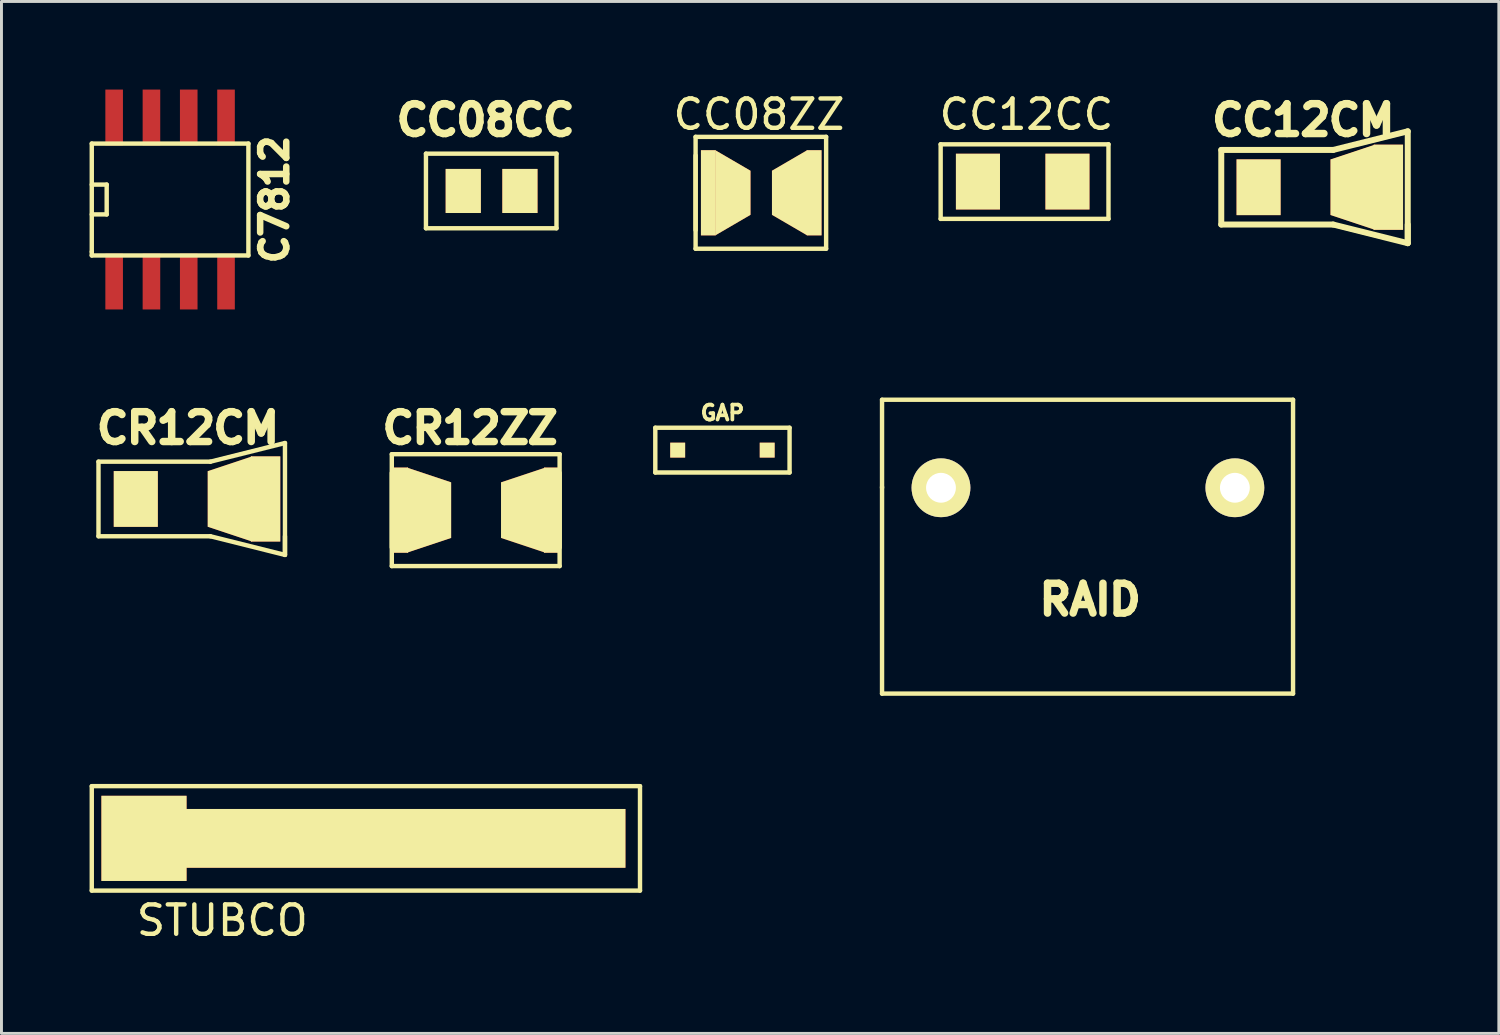
<source format=kicad_pcb>
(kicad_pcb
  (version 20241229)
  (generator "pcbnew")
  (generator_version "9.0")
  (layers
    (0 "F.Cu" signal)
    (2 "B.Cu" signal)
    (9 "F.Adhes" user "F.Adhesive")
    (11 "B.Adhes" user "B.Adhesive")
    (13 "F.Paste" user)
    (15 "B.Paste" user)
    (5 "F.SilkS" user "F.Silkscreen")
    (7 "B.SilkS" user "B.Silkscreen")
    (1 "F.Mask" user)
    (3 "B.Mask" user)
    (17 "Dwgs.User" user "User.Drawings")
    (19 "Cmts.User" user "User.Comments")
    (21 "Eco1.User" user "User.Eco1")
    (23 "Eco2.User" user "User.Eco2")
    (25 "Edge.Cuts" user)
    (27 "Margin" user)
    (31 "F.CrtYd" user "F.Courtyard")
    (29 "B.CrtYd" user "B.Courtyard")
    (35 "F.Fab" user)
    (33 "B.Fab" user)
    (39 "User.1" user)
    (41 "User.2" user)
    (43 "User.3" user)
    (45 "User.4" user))
  (footprint "RAID"
    (layer "F.Cu")
    (at 34.708 15.465)
    (property "Reference" "RAID" (at -0.635 1.905 0) (layer "F.SilkS") (effects (font (size 1.016 1.016) (thickness 0.305))))
    (attr through_hole)
    (fp_line (start -7.722 -4.902) (end 6.274 -4.902) (stroke (width 0.15) (type solid)) (layer "F.SilkS"))
    (fp_line (start -7.722 -1.905) (end -7.722 -4.902) (stroke (width 0.15) (type solid)) (layer "F.SilkS"))
    (fp_line (start -7.722 5.105) (end -7.722 -1.93) (stroke (width 0.15) (type solid)) (layer "F.SilkS"))
    (fp_line (start 6.274 -4.902) (end 6.274 5.105) (stroke (width 0.15) (type solid)) (layer "F.SilkS"))
    (fp_line (start 6.274 5.105) (end -7.722 5.105) (stroke (width 0.15) (type solid)) (layer "F.SilkS"))
    (pad "" thru_hole circle (at -5.715 -1.905) (size 2.002 2.002) (drill 1.016) (layers "*.Cu" "*.Mask" "F.SilkS"))
    (pad "" thru_hole circle (at 4.293 -1.905) (size 2.002 2.002) (drill 1.016) (layers "*.Cu" "*.Mask" "F.SilkS")))
  (footprint "CC08ZZ"
    (layer "F.Cu")
    (at 23.177 3.515)
    (property "Reference" "CC08ZZ" (at -0.381 -2.667 0) (layer "F.SilkS") (effects (font (size 1 1) (thickness 0.15))))
    (attr through_hole)
    (fp_line (start -2.54 -1.905) (end 1.905 -1.905) (stroke (width 0.15) (type solid)) (layer "F.SilkS"))
    (fp_line (start -2.54 1.27) (end -2.54 -1.27) (stroke (width 0.15) (type solid)) (layer "F.SilkS"))
    (fp_line (start -2.54 1.905) (end -2.54 -1.905) (stroke (width 0.15) (type solid)) (layer "F.SilkS"))
    (fp_line (start -2.54 1.905) (end 1.905 1.905) (stroke (width 0.15) (type solid)) (layer "F.SilkS"))
    (fp_line (start 1.905 -1.905) (end 1.905 1.905) (stroke (width 0.15) (type solid)) (layer "F.SilkS"))
    (pad "1" smd rect (at -2.108 0) (size 0.5 2.901) (layers "F.Cu" "F.Mask" "F.SilkS" "F.Paste"))
    (pad "1" smd trapezoid (at -1.27 0) (size 1.199 2.2) (rect_delta 0.699 0) (layers "F.Cu" "F.Mask" "F.SilkS" "F.Paste"))
    (pad "2" smd trapezoid (at 0.66 0) (size 1.199 2.2) (rect_delta -0.699 0) (layers "F.Cu" "F.Mask" "F.SilkS" "F.Paste"))
    (pad "2" smd rect (at 1.499 0) (size 0.5 2.901) (layers "F.Cu" "F.Mask" "F.SilkS" "F.Paste")))
  (footprint "CR12ZZ"
    (layer "F.Cu")
    (at 12.832 14.322)
    (property "Reference" "CR12ZZ" (at 0.127 -2.794 0) (layer "F.SilkS") (effects (font (size 1.016 1.016) (thickness 0.305))))
    (attr through_hole)
    (fp_line (start -2.54 -1.905) (end 3.175 -1.905) (stroke (width 0.15) (type solid)) (layer "F.SilkS"))
    (fp_line (start -2.54 1.27) (end -2.54 -1.27) (stroke (width 0.15) (type solid)) (layer "F.SilkS"))
    (fp_line (start -2.54 1.905) (end -2.54 -1.905) (stroke (width 0.15) (type solid)) (layer "F.SilkS"))
    (fp_line (start 3.175 -1.905) (end 3.175 1.905) (stroke (width 0.15) (type solid)) (layer "F.SilkS"))
    (fp_line (start 3.175 -1.27) (end 3.175 1.27) (stroke (width 0.15) (type solid)) (layer "F.SilkS"))
    (fp_line (start 3.175 1.905) (end -2.54 1.905) (stroke (width 0.15) (type solid)) (layer "F.SilkS"))
    (pad "1" smd rect (at -2.235 0) (size 0.5 2.901) (layers "F.Cu" "F.Mask" "F.SilkS" "F.Paste"))
    (pad "1" smd trapezoid (at -1.27 0) (size 1.501 2.393) (rect_delta 0.5 0) (layers "F.Cu" "F.Mask" "F.SilkS" "F.Paste"))
    (pad "2" smd trapezoid (at 1.93 0) (size 1.501 2.393) (rect_delta -0.5 0) (layers "F.Cu" "F.Mask" "F.SilkS" "F.Paste"))
    (pad "2" smd rect (at 2.896 0) (size 0.5 2.901) (layers "F.Cu" "F.Mask" "F.SilkS" "F.Paste")))
  (footprint "CC12CM"
    (layer "F.Cu")
    (at 41.078 3.326)
    (property "Reference" "CC12CM" (at 0.254 -2.286 0) (layer "F.SilkS") (effects (font (size 1.016 1.016) (thickness 0.305))))
    (attr through_hole)
    (fp_line (start -2.54 -1.27) (end 1.27 -1.27) (stroke (width 0.203) (type solid)) (layer "F.SilkS"))
    (fp_line (start -2.54 1.27) (end -2.54 -1.27) (stroke (width 0.203) (type solid)) (layer "F.SilkS"))
    (fp_line (start -2.54 1.27) (end 1.27 1.27) (stroke (width 0.203) (type solid)) (layer "F.SilkS"))
    (fp_line (start 1.27 -1.27) (end 3.81 -1.905) (stroke (width 0.203) (type solid)) (layer "F.SilkS"))
    (fp_line (start 1.27 1.27) (end 3.81 1.905) (stroke (width 0.203) (type solid)) (layer "F.SilkS"))
    (fp_line (start 3.175 -1.27) (end 3.175 1.27) (stroke (width 0.203) (type solid)) (layer "F.SilkS"))
    (fp_line (start 3.81 -1.905) (end 3.81 1.905) (stroke (width 0.203) (type solid)) (layer "F.SilkS"))
    (fp_line (start 3.81 1.905) (end 3.81 1.27) (stroke (width 0.203) (type solid)) (layer "F.SilkS"))
    (pad "1" smd rect (at -1.27 0) (size 1.501 1.9) (layers "F.Cu" "F.Mask" "F.SilkS" "F.Paste"))
    (pad "2" smd trapezoid (at 1.93 0) (size 1.501 2.393) (rect_delta -0.5 0) (layers "F.Cu" "F.Mask" "F.SilkS" "F.Paste"))
    (pad "2" thru_hole circle (at 3.073 -0.711) (size 0.8 0.8) (drill 0.000001) (layers "*.Cu" "*.Mask"))
    (pad "2" thru_hole circle (at 3.073 0.686) (size 0.8 0.8) (drill 0.000001) (layers "*.Cu" "*.Mask"))
    (pad "2" smd rect (at 3.15 0) (size 1.001 2.901) (layers "F.Cu" "F.Mask" "F.SilkS" "F.Paste")))
  (footprint "CC12CC"
    (layer "F.Cu")
    (at 31.776 3.134)
    (property "Reference" "CC12CC" (at 0.127 -2.286 0) (layer "F.SilkS") (effects (font (size 1 1) (thickness 0.15))))
    (attr through_hole)
    (fp_line (start -2.794 -1.27) (end 2.921 -1.27) (stroke (width 0.15) (type solid)) (layer "F.SilkS"))
    (fp_line (start -2.794 1.27) (end -2.794 -1.27) (stroke (width 0.15) (type solid)) (layer "F.SilkS"))
    (fp_line (start 2.921 -1.27) (end 2.921 1.27) (stroke (width 0.15) (type solid)) (layer "F.SilkS"))
    (fp_line (start 2.921 1.27) (end -2.794 1.27) (stroke (width 0.15) (type solid)) (layer "F.SilkS"))
    (pad "1" smd rect (at -1.524 0) (size 1.501 1.9) (layers "F.Cu" "F.Mask" "F.SilkS" "F.Paste"))
    (pad "2" smd rect (at 1.524 0) (size 1.501 1.9) (layers "F.Cu" "F.Mask" "F.SilkS" "F.Paste")))
  (footprint "C7812"
    (layer "F.Cu")
    (at 2.742 3.744)
    (property "Reference" "C7812" (at 3.556 0 270) (layer "F.SilkS") (effects (font (size 0.889 0.889) (thickness 0.305))))
    (attr through_hole)
    (fp_line (start -2.667 -1.905) (end -2.667 1.778) (stroke (width 0.15) (type solid)) (layer "F.SilkS"))
    (fp_line (start -2.667 -0.508) (end -2.159 -0.508) (stroke (width 0.15) (type solid)) (layer "F.SilkS"))
    (fp_line (start -2.667 1.778) (end -2.667 1.905) (stroke (width 0.15) (type solid)) (layer "F.SilkS"))
    (fp_line (start -2.667 1.905) (end 2.667 1.905) (stroke (width 0.15) (type solid)) (layer "F.SilkS"))
    (fp_line (start -2.159 -0.508) (end -2.159 0.508) (stroke (width 0.15) (type solid)) (layer "F.SilkS"))
    (fp_line (start -2.159 0.508) (end -2.667 0.508) (stroke (width 0.15) (type solid)) (layer "F.SilkS"))
    (fp_line (start 2.667 -1.905) (end -2.667 -1.905) (stroke (width 0.15) (type solid)) (layer "F.SilkS"))
    (fp_line (start 2.667 -1.905) (end 2.667 1.905) (stroke (width 0.15) (type solid)) (layer "F.SilkS"))
    (pad "1" smd rect (at -1.905 2.794) (size 0.599 1.9) (layers "F.Cu" "F.Mask" "F.Paste"))
    (pad "2" smd rect (at -0.635 2.794) (size 0.599 1.9) (layers "F.Cu" "F.Mask" "F.Paste"))
    (pad "3" smd rect (at 0.635 2.794) (size 0.599 1.9) (layers "F.Cu" "F.Mask" "F.Paste"))
    (pad "4" smd rect (at 1.905 2.794) (size 0.599 1.9) (layers "F.Cu" "F.Mask" "F.Paste"))
    (pad "5" smd rect (at 1.905 -2.794) (size 0.599 1.9) (layers "F.Cu" "F.Mask" "F.Paste"))
    (pad "6" smd rect (at 0.635 -2.794) (size 0.599 1.9) (layers "F.Cu" "F.Mask" "F.Paste"))
    (pad "7" smd rect (at -0.635 -2.794) (size 0.599 1.9) (layers "F.Cu" "F.Mask" "F.Paste"))
    (pad "8" smd rect (at -1.905 -2.794) (size 0.599 1.9) (layers "F.Cu" "F.Mask" "F.Paste")))
  (footprint "GAP"
    (layer "F.Cu")
    (at 21.551 12.278)
    (property "Reference" "GAP" (at 0 -1.27 0) (layer "F.SilkS") (effects (font (size 0.508 0.508) (thickness 0.127))))
    (attr through_hole)
    (fp_line (start -2.286 -0.762) (end 2.286 -0.762) (stroke (width 0.15) (type solid)) (layer "F.SilkS"))
    (fp_line (start -2.286 0.762) (end -2.286 -0.762) (stroke (width 0.15) (type solid)) (layer "F.SilkS"))
    (fp_line (start 2.286 -0.762) (end 2.286 0.762) (stroke (width 0.15) (type solid)) (layer "F.SilkS"))
    (fp_line (start 2.286 0.762) (end -2.286 0.762) (stroke (width 0.15) (type solid)) (layer "F.SilkS"))
    (pad "1" smd rect (at -1.524 0) (size 0.508 0.508) (layers "F.Cu" "F.Mask" "F.SilkS" "F.Paste"))
    (pad "2" smd rect (at 1.524 0) (size 0.508 0.508) (layers "F.Cu" "F.Mask" "F.SilkS" "F.Paste")))
  (footprint "STUBCO"
    (layer "F.Cu")
    (at 9.473 25.499)
    (property "Reference" "STUBCO" (at -4.953 2.794 0) (layer "F.SilkS") (effects (font (size 1 1) (thickness 0.15))))
    (attr through_hole)
    (fp_line (start -9.398 -1.778) (end -9.398 1.778) (stroke (width 0.15) (type solid)) (layer "F.SilkS"))
    (fp_line (start -9.398 1.778) (end 9.271 1.778) (stroke (width 0.15) (type solid)) (layer "F.SilkS"))
    (fp_line (start 9.271 -1.778) (end -9.398 -1.778) (stroke (width 0.15) (type solid)) (layer "F.SilkS"))
    (fp_line (start 9.271 -1.778) (end 9.271 1.778) (stroke (width 0.15) (type solid)) (layer "F.SilkS"))
    (pad "1" smd rect (at -7.62 0) (size 2.901 2.901) (layers "F.Cu" "F.Mask" "F.SilkS" "F.Paste"))
    (pad "1" smd rect (at 1.27 0) (size 15.011 2.002) (layers "F.Cu" "F.Mask" "F.SilkS" "F.Paste")))
  (footprint "CC08CC"
    (layer "F.Cu")
    (at 13.995 3.453)
    (property "Reference" "CC08CC" (at -0.508 -2.413 0) (layer "F.SilkS") (effects (font (size 1.016 1.016) (thickness 0.305))))
    (attr through_hole)
    (fp_line (start -2.54 1.27) (end -2.54 -1.27) (stroke (width 0.15) (type solid)) (layer "F.SilkS"))
    (fp_line (start 1.905 -1.27) (end -2.54 -1.27) (stroke (width 0.15) (type solid)) (layer "F.SilkS"))
    (fp_line (start 1.905 -1.27) (end 1.905 1.27) (stroke (width 0.15) (type solid)) (layer "F.SilkS"))
    (fp_line (start 1.905 1.27) (end -2.54 1.27) (stroke (width 0.15) (type solid)) (layer "F.SilkS"))
    (pad "1" smd rect (at -1.27 0) (size 1.199 1.501) (layers "F.Cu" "F.Mask" "F.SilkS" "F.Paste"))
    (pad "2" smd rect (at 0.66 0) (size 1.199 1.501) (layers "F.Cu" "F.Mask" "F.SilkS" "F.Paste")))
  (footprint "CR12CM"
    (layer "F.Cu")
    (at 2.844 13.941)
    (property "Reference" "CR12CM" (at 0.508 -2.413 0) (layer "F.SilkS") (effects (font (size 1.016 1.016) (thickness 0.305))))
    (attr through_hole)
    (fp_line (start -2.54 -1.27) (end 1.27 -1.27) (stroke (width 0.15) (type solid)) (layer "F.SilkS"))
    (fp_line (start -2.54 1.27) (end -2.54 -1.27) (stroke (width 0.15) (type solid)) (layer "F.SilkS"))
    (fp_line (start -2.54 1.27) (end 1.27 1.27) (stroke (width 0.15) (type solid)) (layer "F.SilkS"))
    (fp_line (start 1.27 -1.27) (end 3.81 -1.905) (stroke (width 0.15) (type solid)) (layer "F.SilkS"))
    (fp_line (start 1.27 1.27) (end 3.81 1.905) (stroke (width 0.15) (type solid)) (layer "F.SilkS"))
    (fp_line (start 3.175 -1.27) (end 3.175 1.27) (stroke (width 0.15) (type solid)) (layer "F.SilkS"))
    (fp_line (start 3.81 -1.905) (end 3.81 1.905) (stroke (width 0.15) (type solid)) (layer "F.SilkS"))
    (fp_line (start 3.81 1.905) (end 3.81 1.27) (stroke (width 0.15) (type solid)) (layer "F.SilkS"))
    (pad "1" smd rect (at -1.27 0) (size 1.501 1.9) (layers "F.Cu" "F.Mask" "F.SilkS" "F.Paste"))
    (pad "2" smd trapezoid (at 1.93 0) (size 1.501 2.393) (rect_delta -0.5 0) (layers "F.Cu" "F.Mask" "F.SilkS" "F.Paste"))
    (pad "2" thru_hole circle (at 3.073 -0.711) (size 0.8 0.8) (drill 0.000001) (layers "*.Cu" "*.Mask"))
    (pad "2" thru_hole circle (at 3.073 0.686) (size 0.8 0.8) (drill 0.000001) (layers "*.Cu" "*.Mask"))
    (pad "2" smd rect (at 3.15 0) (size 1.001 2.901) (layers "F.Cu" "F.Mask" "F.SilkS" "F.Paste")))
  (gr_rect
    (start -3 -3)
    (end 47.99 32.141)
    (stroke (width 0.1) (type default))
    (fill no)
    (layer "Edge.Cuts")))
</source>
